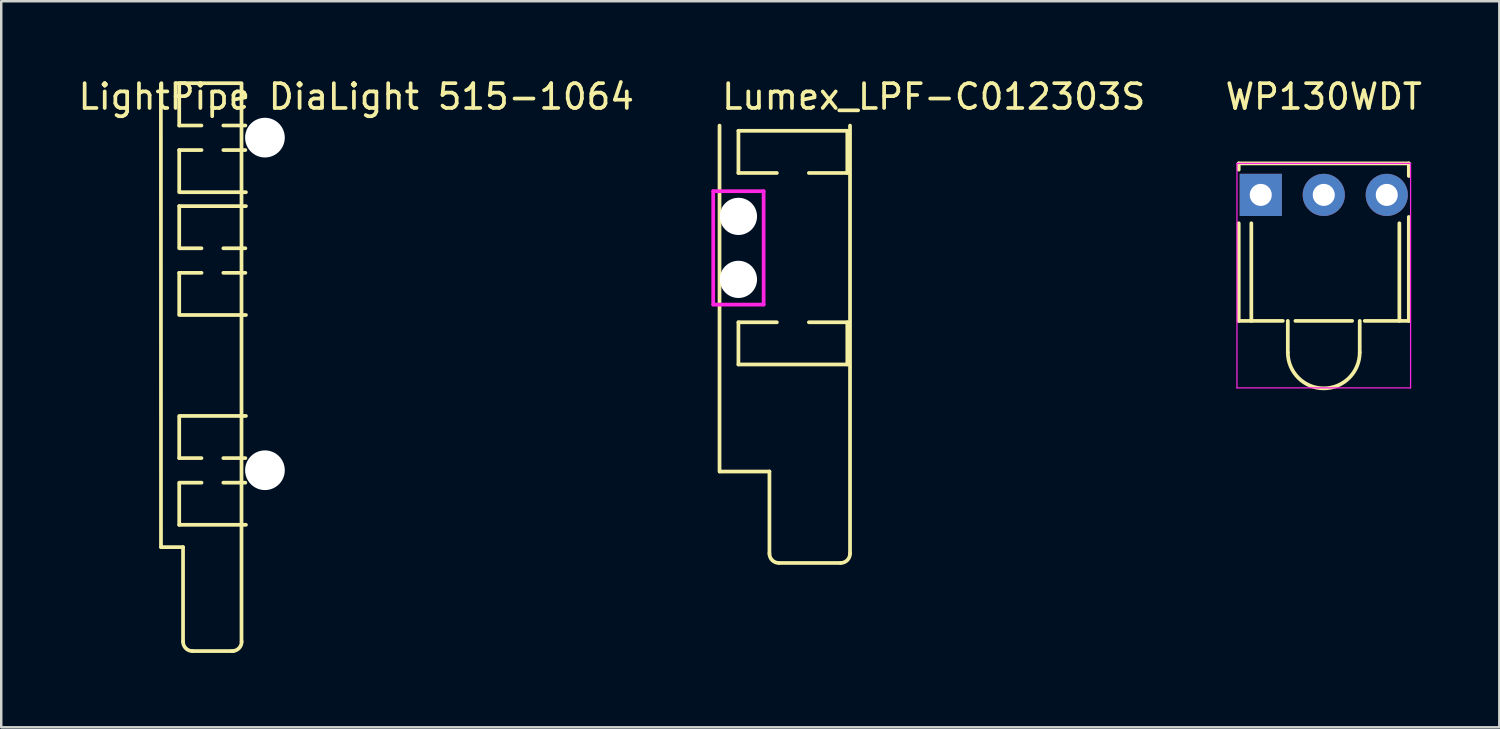
<source format=kicad_pcb>
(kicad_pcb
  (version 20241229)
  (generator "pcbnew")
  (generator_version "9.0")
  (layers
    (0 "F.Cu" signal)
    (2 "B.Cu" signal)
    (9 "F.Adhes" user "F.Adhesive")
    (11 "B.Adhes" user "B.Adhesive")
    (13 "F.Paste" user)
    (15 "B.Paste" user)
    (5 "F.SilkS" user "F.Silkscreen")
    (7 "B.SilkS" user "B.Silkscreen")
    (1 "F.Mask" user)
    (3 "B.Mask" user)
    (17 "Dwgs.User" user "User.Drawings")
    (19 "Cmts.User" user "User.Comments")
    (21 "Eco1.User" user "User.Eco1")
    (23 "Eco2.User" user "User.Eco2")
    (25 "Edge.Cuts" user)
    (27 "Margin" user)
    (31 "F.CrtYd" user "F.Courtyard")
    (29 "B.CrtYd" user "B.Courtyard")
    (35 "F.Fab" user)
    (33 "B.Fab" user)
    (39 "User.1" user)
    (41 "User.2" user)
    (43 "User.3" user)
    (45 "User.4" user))
  (footprint "LightPipe DiaLight 515-1064"
    (layer "F.Cu")
    (at 7.632 2.499)
    (property "Reference" "LightPipe DiaLight 515-1064" (at 3.683 -1.651 0) (layer "F.SilkS") (effects (font (size 1 1) (thickness 0.15))))
    (attr through_hole)
    (fp_line (start -4.195 -2.159) (end -4.191 16.51) (stroke (width 0.15) (type solid)) (layer "F.SilkS"))
    (fp_line (start -3.456 -0.489) (end -3.456 -2.14) (stroke (width 0.15) (type solid)) (layer "F.SilkS"))
    (fp_line (start -3.456 -0.489) (end -2.559 -0.489) (stroke (width 0.15) (type solid)) (layer "F.SilkS"))
    (fp_line (start -3.456 0.501) (end -2.556 0.501) (stroke (width 0.15) (type solid)) (layer "F.SilkS"))
    (fp_line (start -3.456 2.152) (end -3.456 0.501) (stroke (width 0.15) (type solid)) (layer "F.SilkS"))
    (fp_line (start -3.456 2.201) (end -0.766 2.201) (stroke (width 0.15) (type solid)) (layer "F.SilkS"))
    (fp_line (start -3.456 2.761) (end -0.766 2.761) (stroke (width 0.15) (type solid)) (layer "F.SilkS"))
    (fp_line (start -3.456 4.412) (end -3.456 2.761) (stroke (width 0.15) (type solid)) (layer "F.SilkS"))
    (fp_line (start -3.456 4.461) (end -2.559 4.461) (stroke (width 0.15) (type solid)) (layer "F.SilkS"))
    (fp_line (start -3.456 5.451) (end -2.556 5.451) (stroke (width 0.15) (type solid)) (layer "F.SilkS"))
    (fp_line (start -3.456 7.102) (end -3.456 5.451) (stroke (width 0.15) (type solid)) (layer "F.SilkS"))
    (fp_line (start -3.456 7.151) (end -0.766 7.151) (stroke (width 0.15) (type solid)) (layer "F.SilkS"))
    (fp_line (start -3.456 11.221) (end -0.766 11.221) (stroke (width 0.15) (type solid)) (layer "F.SilkS"))
    (fp_line (start -3.456 12.921) (end -3.456 11.27) (stroke (width 0.15) (type solid)) (layer "F.SilkS"))
    (fp_line (start -3.456 12.921) (end -2.559 12.921) (stroke (width 0.15) (type solid)) (layer "F.SilkS"))
    (fp_line (start -3.456 13.911) (end -2.556 13.911) (stroke (width 0.15) (type solid)) (layer "F.SilkS"))
    (fp_line (start -3.456 15.611) (end -3.456 13.96) (stroke (width 0.15) (type solid)) (layer "F.SilkS"))
    (fp_line (start -3.456 15.611) (end -0.766 15.611) (stroke (width 0.15) (type solid)) (layer "F.SilkS"))
    (fp_line (start -3.302 16.51) (end -4.191 16.51) (stroke (width 0.15) (type solid)) (layer "F.SilkS"))
    (fp_line (start -3.302 20.32) (end -3.302 16.51) (stroke (width 0.15) (type solid)) (layer "F.SilkS"))
    (fp_line (start -1.678 -0.489) (end -0.789 -0.489) (stroke (width 0.15) (type solid)) (layer "F.SilkS"))
    (fp_line (start -1.678 0.501) (end -0.789 0.501) (stroke (width 0.15) (type solid)) (layer "F.SilkS"))
    (fp_line (start -1.678 4.461) (end -0.789 4.461) (stroke (width 0.15) (type solid)) (layer "F.SilkS"))
    (fp_line (start -1.678 5.451) (end -0.789 5.451) (stroke (width 0.15) (type solid)) (layer "F.SilkS"))
    (fp_line (start -1.678 12.921) (end -0.789 12.921) (stroke (width 0.15) (type solid)) (layer "F.SilkS"))
    (fp_line (start -1.678 13.911) (end -0.789 13.911) (stroke (width 0.15) (type solid)) (layer "F.SilkS"))
    (fp_line (start -1.27 20.701) (end -2.921 20.701) (stroke (width 0.15) (type solid)) (layer "F.SilkS"))
    (fp_line (start -0.945 -2.195) (end -3.456 -2.195) (stroke (width 0.15) (type solid)) (layer "F.SilkS"))
    (fp_line (start -0.945 -2.159) (end -0.945 20.32) (stroke (width 0.15) (type solid)) (layer "F.SilkS"))
    (fp_arc (start -2.921 20.701) (mid -3.190408 20.589408) (end -3.302 20.32) (stroke (width 0.15) (type solid)) (layer "F.SilkS"))
    (fp_arc (start -0.939 20.32) (mid -1.050592 20.589408) (end -1.32 20.701) (stroke (width 0.15) (type solid)) (layer "F.SilkS"))
    (pad "" np_thru_hole circle (at 0 0) (size 1.6 1.6) (drill 1.6) (layers "*.Cu" "*.Mask"))
    (pad "" np_thru_hole circle (at 0 13.41) (size 1.6 1.6) (drill 1.6) (layers "*.Cu" "*.Mask")))
  (footprint "Lumex_LPF-C012303S"
    (layer "F.Cu")
    (at 26.722 5.674)
    (property "Reference" "Lumex_LPF-C012303S" (at 7.874 -4.826 0) (layer "F.SilkS") (effects (font (size 1 1) (thickness 0.15))))
    (attr through_hole)
    (fp_line (start -0.762 -3.66) (end -0.762 10.287) (stroke (width 0.15) (type solid)) (layer "F.SilkS"))
    (fp_line (start 0 -3.45) (end 4.39 -3.45) (stroke (width 0.15) (type solid)) (layer "F.SilkS"))
    (fp_line (start 0 -1.75) (end 0 -3.45) (stroke (width 0.15) (type solid)) (layer "F.SilkS"))
    (fp_line (start 0 -1.75) (end 1.55 -1.75) (stroke (width 0.15) (type solid)) (layer "F.SilkS"))
    (fp_line (start 0 4.27) (end 0 5.97) (stroke (width 0.15) (type solid)) (layer "F.SilkS"))
    (fp_line (start 0 4.27) (end 1.55 4.27) (stroke (width 0.15) (type solid)) (layer "F.SilkS"))
    (fp_line (start 1.25 10.287) (end -0.75 10.287) (stroke (width 0.15) (type solid)) (layer "F.SilkS"))
    (fp_line (start 1.25 13.593) (end 1.25 10.287) (stroke (width 0.15) (type solid)) (layer "F.SilkS"))
    (fp_line (start 4.119 13.974) (end 1.651 13.974) (stroke (width 0.15) (type solid)) (layer "F.SilkS"))
    (fp_line (start 4.39 -1.75) (end 2.84 -1.75) (stroke (width 0.15) (type solid)) (layer "F.SilkS"))
    (fp_line (start 4.39 -1.75) (end 4.39 -3.45) (stroke (width 0.15) (type solid)) (layer "F.SilkS"))
    (fp_line (start 4.39 4.27) (end 2.84 4.27) (stroke (width 0.15) (type solid)) (layer "F.SilkS"))
    (fp_line (start 4.39 4.27) (end 4.39 5.97) (stroke (width 0.15) (type solid)) (layer "F.SilkS"))
    (fp_line (start 4.39 5.97) (end 0 5.97) (stroke (width 0.15) (type solid)) (layer "F.SilkS"))
    (fp_line (start 4.5 -3.66) (end 4.5 13.593) (stroke (width 0.15) (type solid)) (layer "F.SilkS"))
    (fp_arc (start 1.631 13.974021) (mid 1.360167 13.861005) (end 1.25 13.589) (stroke (width 0.15) (type solid)) (layer "F.SilkS"))
    (fp_arc (start 4.5 13.593) (mid 4.388408 13.862408) (end 4.119 13.974) (stroke (width 0.15) (type solid)) (layer "F.SilkS"))
    (fp_line (start -1.016 -1.016) (end 1.016 -1.016) (stroke (width 0.15) (type solid)) (layer "F.CrtYd"))
    (fp_line (start -1.016 3.556) (end -1.016 -1.016) (stroke (width 0.15) (type solid)) (layer "F.CrtYd"))
    (fp_line (start 1.016 -1.016) (end 1.016 3.556) (stroke (width 0.15) (type solid)) (layer "F.CrtYd"))
    (fp_line (start 1.016 3.556) (end -1.016 3.556) (stroke (width 0.15) (type solid)) (layer "F.CrtYd"))
    (pad "" np_thru_hole circle (at 0 0) (size 1.5 1.5) (drill 1.5) (layers "*.Cu" "*.Mask"))
    (pad "" np_thru_hole circle (at 0 2.54) (size 1.5 1.5) (drill 1.5) (layers "*.Cu" "*.Mask")))
  (footprint "WP130WDT"
    (layer "F.Cu")
    (at 47.782 4.808)
    (property "Reference" "WP130WDT" (at 2.54 -3.96 0) (layer "F.SilkS") (effects (font (size 1 1) (thickness 0.15))))
    (attr through_hole)
    (fp_line (start -0.889 -1.27) (end 5.969 -1.27) (stroke (width 0.15) (type solid)) (layer "F.SilkS"))
    (fp_line (start -0.889 -1.016) (end -0.889 -1.27) (stroke (width 0.15) (type solid)) (layer "F.SilkS"))
    (fp_line (start -0.889 5.08) (end -0.889 1.143) (stroke (width 0.15) (type solid)) (layer "F.SilkS"))
    (fp_line (start -0.381 5.08) (end -0.381 1.143) (stroke (width 0.15) (type solid)) (layer "F.SilkS"))
    (fp_line (start 0.889 5.08) (end -0.889 5.08) (stroke (width 0.15) (type solid)) (layer "F.SilkS"))
    (fp_line (start 1.09 6.35) (end 1.09 5.08) (stroke (width 0.15) (type solid)) (layer "F.SilkS"))
    (fp_line (start 1.397 5.08) (end 3.683 5.08) (stroke (width 0.15) (type solid)) (layer "F.SilkS"))
    (fp_line (start 3.99 6.35) (end 3.99 5.08) (stroke (width 0.15) (type solid)) (layer "F.SilkS"))
    (fp_line (start 4.191 5.08) (end 5.969 5.08) (stroke (width 0.15) (type solid)) (layer "F.SilkS"))
    (fp_line (start 5.588 5.08) (end 5.588 1.143) (stroke (width 0.15) (type solid)) (layer "F.SilkS"))
    (fp_line (start 5.969 -1.27) (end 5.969 -0.762) (stroke (width 0.15) (type solid)) (layer "F.SilkS"))
    (fp_line (start 5.969 5.08) (end 5.969 0.889) (stroke (width 0.15) (type solid)) (layer "F.SilkS"))
    (fp_arc (start 3.99 6.35) (mid 2.54 7.8) (end 1.09 6.35) (stroke (width 0.15) (type solid)) (layer "F.SilkS"))
    (fp_line (start -0.96 -1.27) (end -0.96 7.78) (stroke (width 0.05) (type solid)) (layer "F.CrtYd"))
    (fp_line (start -0.96 7.78) (end 6.04 7.78) (stroke (width 0.05) (type solid)) (layer "F.CrtYd"))
    (fp_line (start 6.04 -1.27) (end -0.96 -1.27) (stroke (width 0.05) (type solid)) (layer "F.CrtYd"))
    (fp_line (start 6.04 7.78) (end 6.04 -1.27) (stroke (width 0.05) (type solid)) (layer "F.CrtYd"))
    (pad "1" thru_hole rect (at 0 0) (size 1.7 1.7) (drill 0.889) (layers "*.Cu" "*.Mask"))
    (pad "2" thru_hole circle (at 2.54 0) (size 1.7 1.7) (drill 0.889) (layers "*.Cu" "*.Mask"))
    (pad "3" thru_hole circle (at 5.08 0) (size 1.7 1.7) (drill 0.889) (layers "*.Cu" "*.Mask")))
  (gr_rect
    (start -3 -3)
    (end 57.4 26.275)
    (stroke (width 0.1) (type default))
    (fill no)
    (layer "Edge.Cuts")))
</source>
